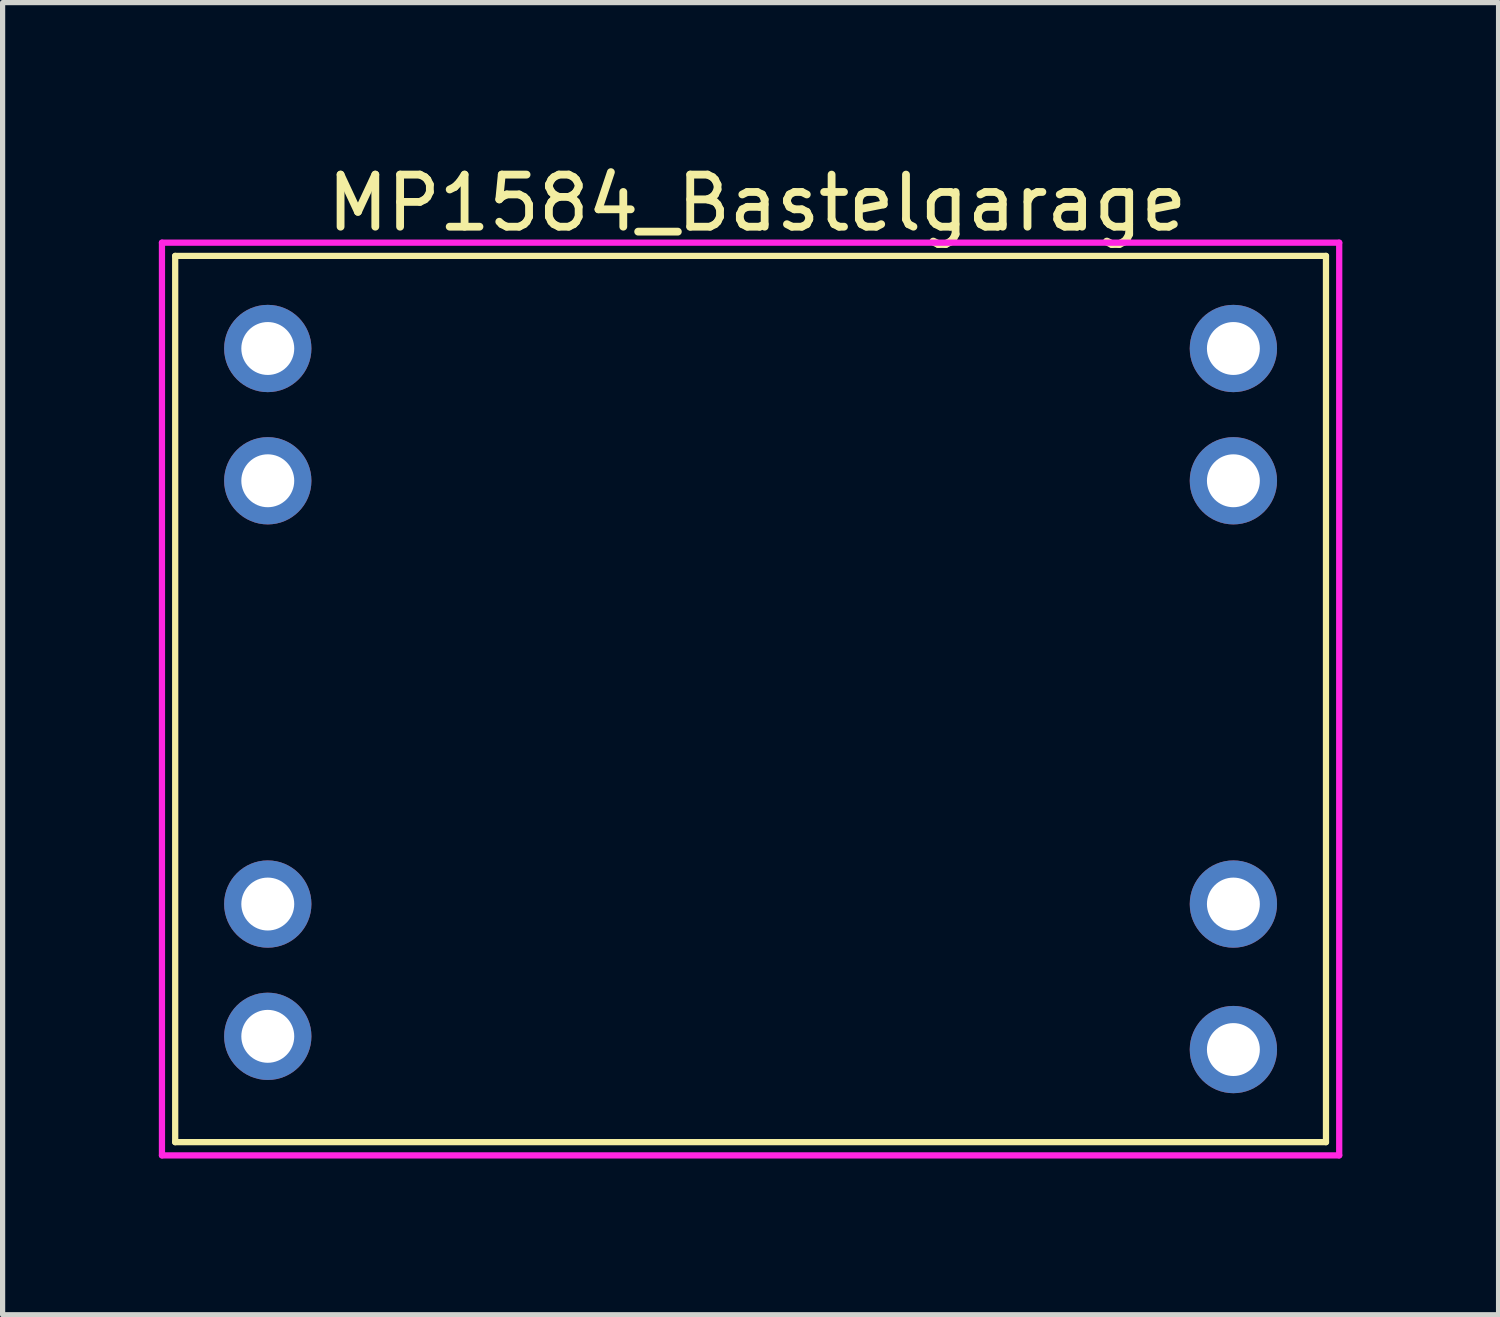
<source format=kicad_pcb>
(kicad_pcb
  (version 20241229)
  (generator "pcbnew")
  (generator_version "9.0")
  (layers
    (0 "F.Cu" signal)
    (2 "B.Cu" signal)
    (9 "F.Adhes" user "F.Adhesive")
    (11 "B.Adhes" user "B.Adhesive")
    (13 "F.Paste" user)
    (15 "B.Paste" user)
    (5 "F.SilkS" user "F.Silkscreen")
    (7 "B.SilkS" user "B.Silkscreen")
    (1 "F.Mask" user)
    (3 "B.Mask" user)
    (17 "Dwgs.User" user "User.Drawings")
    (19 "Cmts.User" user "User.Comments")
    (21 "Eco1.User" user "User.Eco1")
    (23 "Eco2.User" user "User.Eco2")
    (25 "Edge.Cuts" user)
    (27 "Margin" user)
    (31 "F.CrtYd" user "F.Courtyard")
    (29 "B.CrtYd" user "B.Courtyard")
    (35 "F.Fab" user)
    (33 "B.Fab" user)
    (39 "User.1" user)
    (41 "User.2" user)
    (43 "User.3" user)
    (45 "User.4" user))
  (footprint "MP1584_Bastelgarage"
    (layer "F.Cu")
    (at 11.236 10.246)
    (property "Reference" "MP1584_Bastelgarage" (at 0.254 -9.398 0) (layer "F.SilkS") (effects (font (size 1 1) (thickness 0.15))))
    (attr through_hole)
    (fp_line (start -10.922 -8.382) (end 11.176 -8.382) (stroke (width 0.12) (type solid)) (layer "F.SilkS"))
    (fp_line (start -10.922 8.636) (end -10.922 -8.382) (stroke (width 0.12) (type solid)) (layer "F.SilkS"))
    (fp_line (start 11.176 -8.382) (end 11.176 8.636) (stroke (width 0.12) (type solid)) (layer "F.SilkS"))
    (fp_line (start 11.176 8.636) (end -10.922 8.636) (stroke (width 0.12) (type solid)) (layer "F.SilkS"))
    (fp_line (start -11.176 -8.636) (end 11.43 -8.636) (stroke (width 0.12) (type solid)) (layer "F.CrtYd"))
    (fp_line (start -11.176 8.89) (end -11.176 -8.636) (stroke (width 0.12) (type solid)) (layer "F.CrtYd"))
    (fp_line (start 11.43 -8.636) (end 11.43 8.89) (stroke (width 0.12) (type solid)) (layer "F.CrtYd"))
    (fp_line (start 11.43 8.89) (end -11.176 8.89) (stroke (width 0.12) (type solid)) (layer "F.CrtYd"))
    (pad "1" thru_hole circle (at -9.144 -6.604) (size 1.676 1.676) (drill 1.016) (layers "*.Cu" "*.Mask"))
    (pad "2" thru_hole circle (at -9.144 -4.064) (size 1.676 1.676) (drill 1.016) (layers "*.Cu" "*.Mask"))
    (pad "3" thru_hole circle (at -9.144 4.064) (size 1.676 1.676) (drill 1.016) (layers "*.Cu" "*.Mask"))
    (pad "4" thru_hole circle (at -9.144 6.604) (size 1.676 1.676) (drill 1.016) (layers "*.Cu" "*.Mask"))
    (pad "5" thru_hole circle (at 9.398 6.858) (size 1.676 1.676) (drill 1.016) (layers "*.Cu" "*.Mask"))
    (pad "6" thru_hole circle (at 9.398 4.064) (size 1.676 1.676) (drill 1.016) (layers "*.Cu" "*.Mask"))
    (pad "7" thru_hole circle (at 9.398 -6.604) (size 1.676 1.676) (drill 1.016) (layers "*.Cu" "*.Mask"))
    (pad "8" thru_hole circle (at 9.398 -4.064) (size 1.676 1.676) (drill 1.016) (layers "*.Cu" "*.Mask")))
  (gr_rect
    (start -3 -3)
    (end 25.726 22.196)
    (stroke (width 0.1) (type default))
    (fill no)
    (layer "Edge.Cuts")))
</source>
